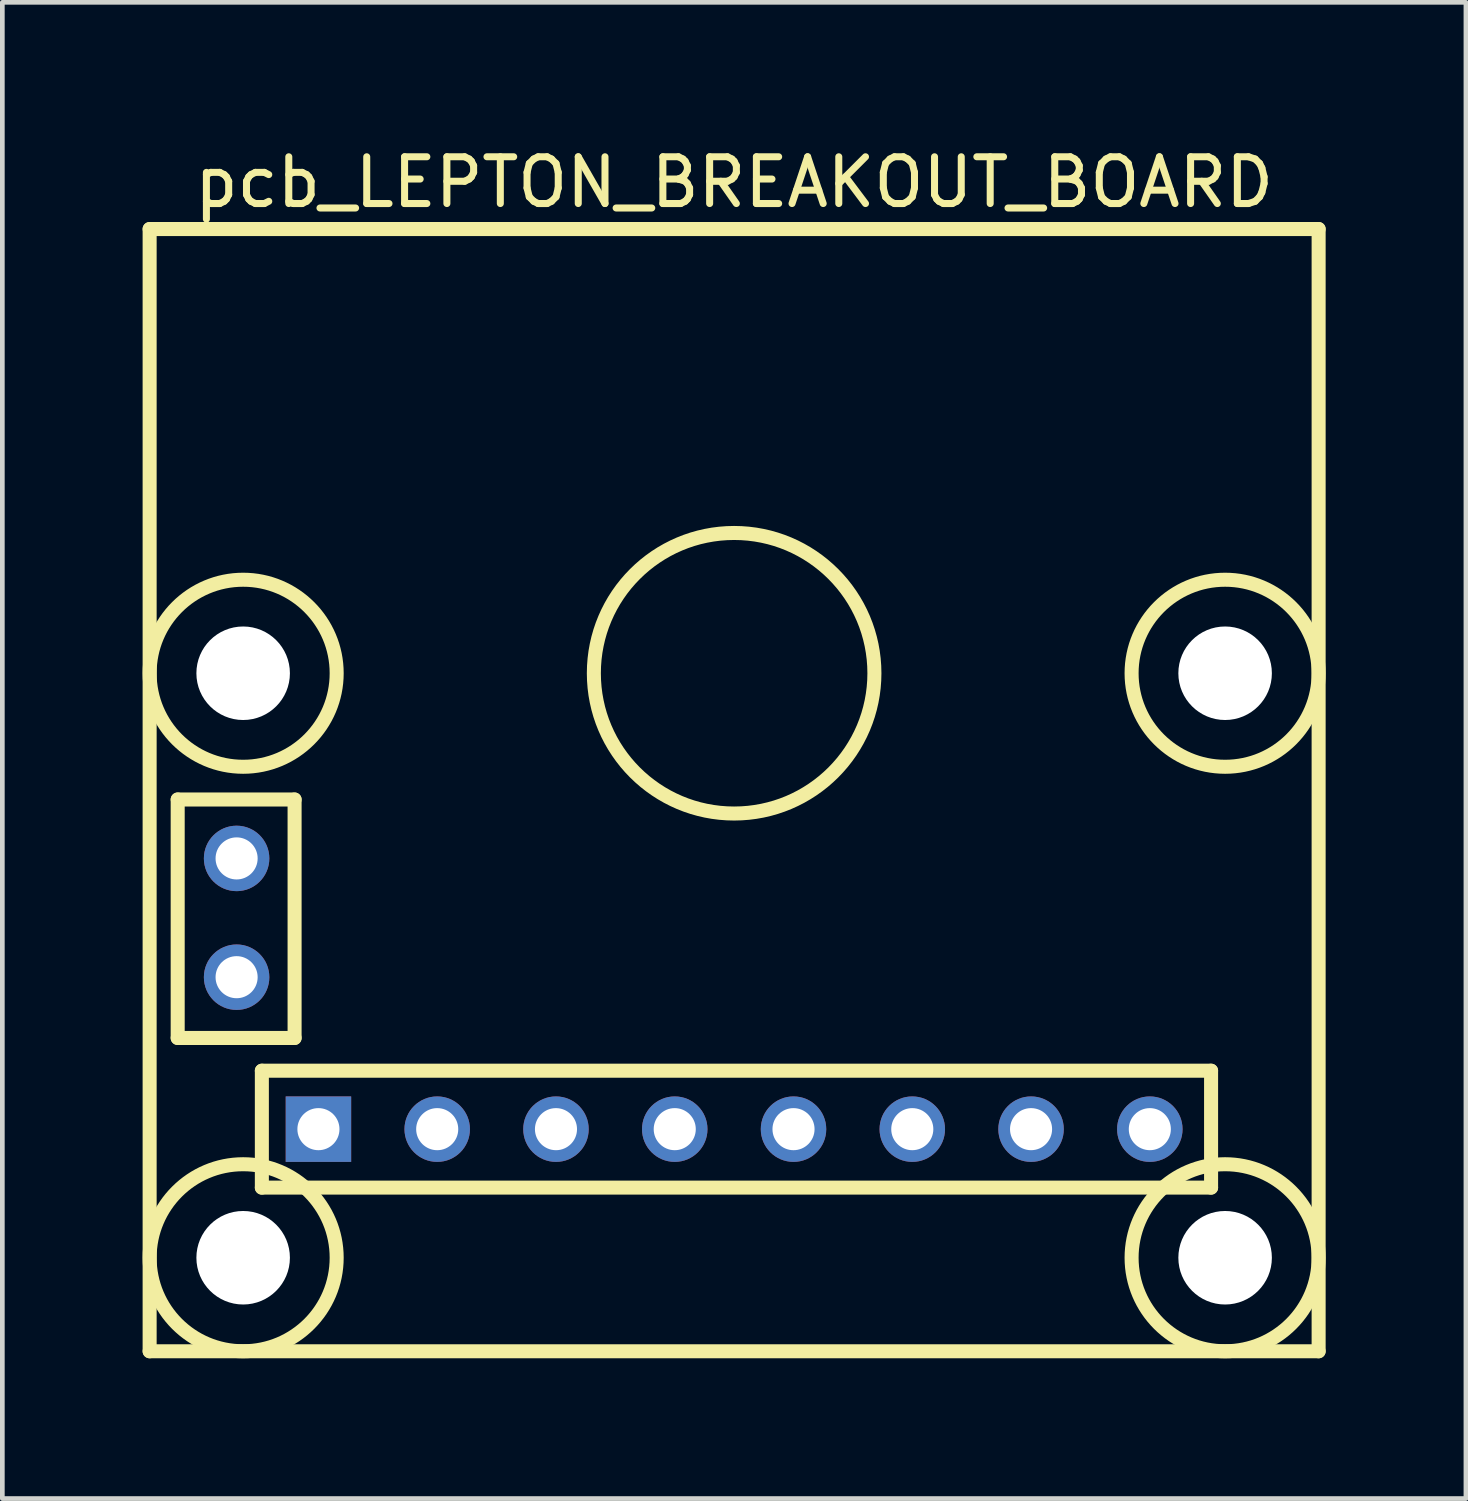
<source format=kicad_pcb>
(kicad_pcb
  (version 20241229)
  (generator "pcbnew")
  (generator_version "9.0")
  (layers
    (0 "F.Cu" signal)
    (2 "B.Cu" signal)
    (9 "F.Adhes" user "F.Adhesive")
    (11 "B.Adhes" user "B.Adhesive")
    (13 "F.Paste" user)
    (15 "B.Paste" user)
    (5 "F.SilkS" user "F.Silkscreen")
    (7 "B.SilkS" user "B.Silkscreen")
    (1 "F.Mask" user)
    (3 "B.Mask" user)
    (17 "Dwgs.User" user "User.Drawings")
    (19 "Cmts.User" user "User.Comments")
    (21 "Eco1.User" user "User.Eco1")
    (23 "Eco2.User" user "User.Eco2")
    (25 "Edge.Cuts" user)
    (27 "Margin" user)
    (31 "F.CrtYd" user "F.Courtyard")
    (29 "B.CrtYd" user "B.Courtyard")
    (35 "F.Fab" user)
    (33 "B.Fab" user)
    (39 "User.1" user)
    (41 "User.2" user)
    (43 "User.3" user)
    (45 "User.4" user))
  (footprint "pcb_LEPTON_BREAKOUT_BOARD"
    (layer "F.Cu")
    (at 12.65 13.848)
    (property "Reference" "pcb_LEPTON_BREAKOUT_BOARD" (at 0 -13 0) (layer "F.SilkS") (effects (font (size 1 1) (thickness 0.15))))
    (attr through_hole)
    (fp_line (start -12.5 -12) (end -12.5 12) (stroke (width 0.3) (type solid)) (layer "F.SilkS"))
    (fp_line (start -12.5 12) (end 12.5 12) (stroke (width 0.3) (type solid)) (layer "F.SilkS"))
    (fp_line (start -11.9 0.2) (end -11.9 5.3) (stroke (width 0.3) (type solid)) (layer "F.SilkS"))
    (fp_line (start -11.9 5.3) (end -9.4 5.3) (stroke (width 0.3) (type solid)) (layer "F.SilkS"))
    (fp_line (start -10.1 6) (end -10.1 8.5) (stroke (width 0.3) (type solid)) (layer "F.SilkS"))
    (fp_line (start -10.1 8.5) (end 10.2 8.5) (stroke (width 0.3) (type solid)) (layer "F.SilkS"))
    (fp_line (start -9.4 0.2) (end -11.9 0.2) (stroke (width 0.3) (type solid)) (layer "F.SilkS"))
    (fp_line (start -9.4 5.3) (end -9.4 0.2) (stroke (width 0.3) (type solid)) (layer "F.SilkS"))
    (fp_line (start 10.2 6) (end -10.1 6) (stroke (width 0.3) (type solid)) (layer "F.SilkS"))
    (fp_line (start 10.2 8.5) (end 10.2 6) (stroke (width 0.3) (type solid)) (layer "F.SilkS"))
    (fp_line (start 12.5 -12) (end -12.5 -12) (stroke (width 0.3) (type solid)) (layer "F.SilkS"))
    (fp_line (start 12.5 12) (end 12.5 -12) (stroke (width 0.3) (type solid)) (layer "F.SilkS"))
    (fp_circle (center -10.5 -2.5) (end -8.5 -2.5) (stroke (width 0.3) (type solid)) (fill no) (layer "F.SilkS"))
    (fp_circle (center -10.5 10) (end -8.5 10) (stroke (width 0.3) (type solid)) (fill no) (layer "F.SilkS"))
    (fp_circle (center 0 -2.5) (end 3 -2.5) (stroke (width 0.3) (type solid)) (fill no) (layer "F.SilkS"))
    (fp_circle (center 10.5 -2.5) (end 12.5 -2.5) (stroke (width 0.3) (type solid)) (fill no) (layer "F.SilkS"))
    (fp_circle (center 10.5 10) (end 12.5 10) (stroke (width 0.3) (type solid)) (fill no) (layer "F.SilkS"))
    (pad "" np_thru_hole circle (at -10.5 -2.5) (size 2 2) (drill 2) (layers "*.Cu" "*.Mask"))
    (pad "" np_thru_hole circle (at -10.5 10) (size 2 2) (drill 2) (layers "*.Cu" "*.Mask"))
    (pad "" np_thru_hole circle (at 10.5 -2.5) (size 2 2) (drill 2) (layers "*.Cu" "*.Mask"))
    (pad "" np_thru_hole circle (at 10.5 10) (size 2 2) (drill 2) (layers "*.Cu" "*.Mask"))
    (pad "1" thru_hole rect (at -8.89 7.25) (size 1.4 1.4) (drill 0.9) (layers "*.Cu" "*.Mask"))
    (pad "2" thru_hole circle (at -6.35 7.25) (size 1.4 1.4) (drill 0.9) (layers "*.Cu" "*.Mask"))
    (pad "3" thru_hole circle (at -3.81 7.25) (size 1.4 1.4) (drill 0.9) (layers "*.Cu" "*.Mask"))
    (pad "4" thru_hole circle (at -1.27 7.25) (size 1.4 1.4) (drill 0.9) (layers "*.Cu" "*.Mask"))
    (pad "5" thru_hole circle (at 1.27 7.25) (size 1.4 1.4) (drill 0.9) (layers "*.Cu" "*.Mask"))
    (pad "6" thru_hole circle (at 3.81 7.25) (size 1.4 1.4) (drill 0.9) (layers "*.Cu" "*.Mask"))
    (pad "7" thru_hole circle (at 6.35 7.25) (size 1.4 1.4) (drill 0.9) (layers "*.Cu" "*.Mask"))
    (pad "8" thru_hole circle (at 8.89 7.25) (size 1.4 1.4) (drill 0.9) (layers "*.Cu" "*.Mask"))
    (pad "9" thru_hole circle (at -10.64 1.46) (size 1.4 1.4) (drill 0.9) (layers "*.Cu" "*.Mask"))
    (pad "10" thru_hole circle (at -10.64 4) (size 1.4 1.4) (drill 0.9) (layers "*.Cu" "*.Mask")))
  (gr_rect
    (start -3 -3)
    (end 28.3 28.998)
    (stroke (width 0.1) (type default))
    (fill no)
    (layer "Edge.Cuts")))
</source>
